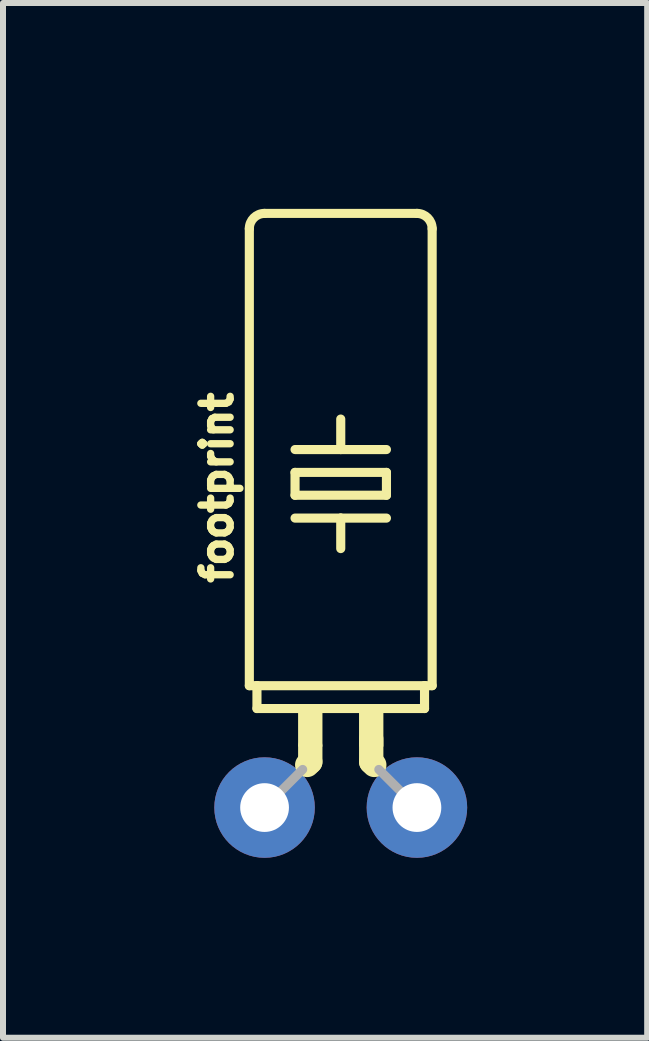
<source format=kicad_pcb>
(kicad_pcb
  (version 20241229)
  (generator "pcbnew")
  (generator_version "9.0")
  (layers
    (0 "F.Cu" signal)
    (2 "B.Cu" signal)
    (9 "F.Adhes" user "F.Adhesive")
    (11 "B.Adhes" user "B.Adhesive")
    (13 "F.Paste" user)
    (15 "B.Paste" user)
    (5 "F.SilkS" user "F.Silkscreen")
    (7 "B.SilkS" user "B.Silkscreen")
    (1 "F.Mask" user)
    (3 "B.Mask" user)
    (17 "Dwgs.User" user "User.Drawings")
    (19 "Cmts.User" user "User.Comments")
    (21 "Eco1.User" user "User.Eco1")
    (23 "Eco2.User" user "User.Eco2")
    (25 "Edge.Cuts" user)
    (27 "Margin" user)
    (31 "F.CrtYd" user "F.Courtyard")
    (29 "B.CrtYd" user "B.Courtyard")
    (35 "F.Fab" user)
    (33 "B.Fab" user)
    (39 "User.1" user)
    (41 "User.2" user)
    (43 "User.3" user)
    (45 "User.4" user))
  (footprint "footprint"
    (layer "F.Cu")
    (at 2.631 10.414)
    (property "Reference" "footprint" (at -1.778 -5.334 90) (layer "F.SilkS") (effects (font (size 0.488 0.488) (thickness 0.122)) (justify bottom)))
    (fp_line (start -1.524 -2.032) (end -1.524 -9.652) (stroke (width 0.152) (type solid)) (layer "F.SilkS"))
    (fp_line (start -1.524 -2.032) (end -1.397 -2.032) (stroke (width 0.152) (type solid)) (layer "F.SilkS"))
    (fp_line (start -1.397 -1.651) (end -1.397 -2.032) (stroke (width 0.152) (type solid)) (layer "F.SilkS"))
    (fp_line (start -1.397 -1.651) (end 1.397 -1.651) (stroke (width 0.152) (type solid)) (layer "F.SilkS"))
    (fp_line (start -1.27 -9.906) (end 1.27 -9.906) (stroke (width 0.152) (type solid)) (layer "F.SilkS"))
    (fp_line (start -0.762 -5.969) (end 0 -5.969) (stroke (width 0.152) (type solid)) (layer "F.SilkS"))
    (fp_line (start -0.762 -5.588) (end -0.762 -5.207) (stroke (width 0.152) (type solid)) (layer "F.SilkS"))
    (fp_line (start -0.762 -5.588) (end 0.762 -5.588) (stroke (width 0.152) (type solid)) (layer "F.SilkS"))
    (fp_line (start -0.762 -4.826) (end 0 -4.826) (stroke (width 0.152) (type solid)) (layer "F.SilkS"))
    (fp_line (start -0.559 -0.711) (end -0.508 -0.762) (stroke (width 0.406) (type solid)) (layer "F.SilkS"))
    (fp_line (start -0.508 -0.762) (end -0.508 -1.016) (stroke (width 0.406) (type solid)) (layer "F.SilkS"))
    (fp_line (start 0 -5.969) (end 0 -6.477) (stroke (width 0.152) (type solid)) (layer "F.SilkS"))
    (fp_line (start 0 -5.969) (end 0.762 -5.969) (stroke (width 0.152) (type solid)) (layer "F.SilkS"))
    (fp_line (start 0 -4.826) (end 0 -4.318) (stroke (width 0.152) (type solid)) (layer "F.SilkS"))
    (fp_line (start 0 -4.826) (end 0.762 -4.826) (stroke (width 0.152) (type solid)) (layer "F.SilkS"))
    (fp_line (start 0.508 -0.762) (end 0.508 -1.143) (stroke (width 0.406) (type solid)) (layer "F.SilkS"))
    (fp_line (start 0.559 -0.711) (end 0.508 -0.762) (stroke (width 0.406) (type solid)) (layer "F.SilkS"))
    (fp_line (start 0.762 -5.207) (end -0.762 -5.207) (stroke (width 0.152) (type solid)) (layer "F.SilkS"))
    (fp_line (start 0.762 -5.207) (end 0.762 -5.588) (stroke (width 0.152) (type solid)) (layer "F.SilkS"))
    (fp_line (start 1.397 -2.032) (end -1.397 -2.032) (stroke (width 0.152) (type solid)) (layer "F.SilkS"))
    (fp_line (start 1.397 -1.651) (end 1.397 -2.032) (stroke (width 0.152) (type solid)) (layer "F.SilkS"))
    (fp_line (start 1.524 -2.032) (end 1.397 -2.032) (stroke (width 0.152) (type solid)) (layer "F.SilkS"))
    (fp_line (start 1.524 -2.032) (end 1.524 -9.652) (stroke (width 0.152) (type solid)) (layer "F.SilkS"))
    (fp_arc (start -1.524 -9.652) (mid -1.449605 -9.831605) (end -1.27 -9.906) (stroke (width 0.1524) (type solid)) (layer "F.SilkS"))
    (fp_arc (start 1.27 -9.906) (mid 1.449605 -9.831605) (end 1.524 -9.652) (stroke (width 0.1524) (type solid)) (layer "F.SilkS"))
    (fp_poly (pts (xy -0.711 -1.016) (xy -0.305 -1.016) (xy -0.305 -1.6) (xy -0.711 -1.6)) (stroke (width 0) (type solid)) (fill yes) (layer "F.SilkS"))
    (fp_poly (pts (xy 0.305 -1.016) (xy 0.711 -1.016) (xy 0.711 -1.6) (xy 0.305 -1.6)) (stroke (width 0) (type solid)) (fill yes) (layer "F.SilkS"))
    (fp_line (start -0.635 -0.635) (end -1.27 0) (stroke (width 0.152) (type solid)) (layer "F.Fab"))
    (fp_line (start 0.635 -0.635) (end 1.27 0) (stroke (width 0.152) (type solid)) (layer "F.Fab"))
    (pad "1" thru_hole circle (at -1.27 0) (size 1.676 1.676) (drill 0.813) (layers "*.Cu" "*.Mask"))
    (pad "2" thru_hole circle (at 1.27 0) (size 1.676 1.676) (drill 0.813) (layers "*.Cu" "*.Mask"))
    (zone (net_name "") (layers "F.Cu" "B.Cu") (hatch edge 0.508) (connect_pads) (min_thickness 0.254) (filled_areas_thickness no) (keepout (tracks allowed) (vias not_allowed) (pads allowed) (copperpour allowed) (footprints allowed)) (placement (enabled no)) (fill) (polygon (pts (xy 0.853 9.398) (xy 4.409 9.398) (xy 4.409 0) (xy 0.853 0)))))
  (gr_rect
    (start -3 -3)
    (end 7.74 14.252)
    (stroke (width 0.1) (type default))
    (fill no)
    (layer "Edge.Cuts")))
</source>
